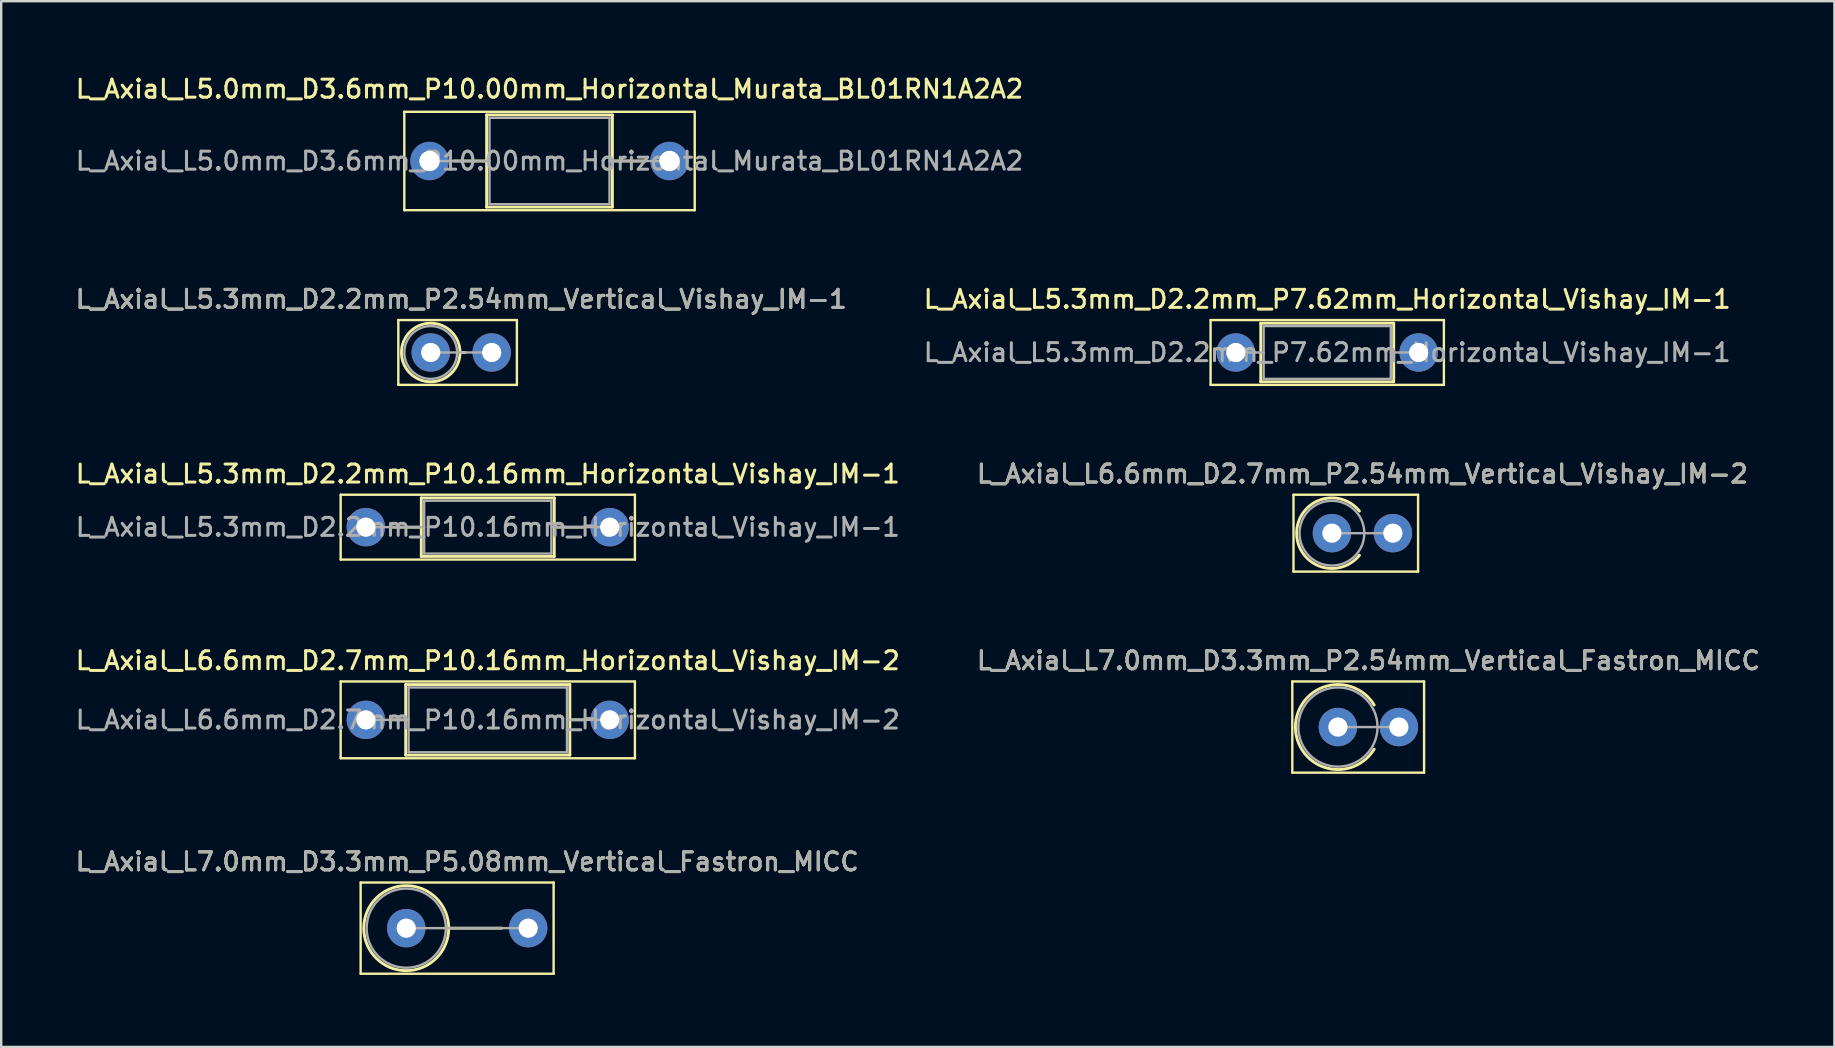
<source format=kicad_pcb>
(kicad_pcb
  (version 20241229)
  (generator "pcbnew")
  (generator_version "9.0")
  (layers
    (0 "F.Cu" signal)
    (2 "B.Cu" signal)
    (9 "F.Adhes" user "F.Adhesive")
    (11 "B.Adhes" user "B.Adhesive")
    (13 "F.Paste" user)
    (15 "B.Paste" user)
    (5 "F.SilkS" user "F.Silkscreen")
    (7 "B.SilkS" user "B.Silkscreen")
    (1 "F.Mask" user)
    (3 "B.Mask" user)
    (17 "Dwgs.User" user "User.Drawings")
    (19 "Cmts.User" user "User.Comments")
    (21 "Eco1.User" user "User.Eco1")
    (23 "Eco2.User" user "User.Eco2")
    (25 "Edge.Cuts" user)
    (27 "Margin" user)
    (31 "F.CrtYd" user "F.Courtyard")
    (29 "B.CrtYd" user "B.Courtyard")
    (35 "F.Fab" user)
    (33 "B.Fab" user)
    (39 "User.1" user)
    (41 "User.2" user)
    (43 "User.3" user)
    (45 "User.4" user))
  (footprint "L_Axial_L7.0mm_D3.3mm_P5.08mm_Vertical_Fastron_MICC"
    (layer "F.Cu")
    (at 13.876 35.621)
    (property "Reference" "L_Axial_L7.0mm_D3.3mm_P5.08mm_Vertical_Fastron_MICC" (at 2.54 -2.77 0) (layer "F.SilkS") (effects (font (size 0.75 0.75) (thickness 0.125))))
    (attr through_hole)
    (fp_line (start -1.9 -1.9) (end -1.9 1.9) (stroke (width 0.1) (type solid)) (layer "F.SilkS"))
    (fp_line (start -1.9 1.9) (end 6.14 1.9) (stroke (width 0.1) (type solid)) (layer "F.SilkS"))
    (fp_line (start 1.77 0) (end 3.98 0) (stroke (width 0.12) (type solid)) (layer "F.SilkS"))
    (fp_line (start 6.14 -1.9) (end -1.9 -1.9) (stroke (width 0.1) (type solid)) (layer "F.SilkS"))
    (fp_line (start 6.14 1.9) (end 6.14 -1.9) (stroke (width 0.1) (type solid)) (layer "F.SilkS"))
    (fp_circle (center 0 0) (end 1.77 0) (stroke (width 0.12) (type solid)) (fill no) (layer "F.SilkS"))
    (fp_line (start 0 0) (end 5.08 0) (stroke (width 0.1) (type solid)) (layer "F.Fab"))
    (fp_circle (center 0 0) (end 1.65 0) (stroke (width 0.1) (type solid)) (fill no) (layer "F.Fab"))
    (fp_text user "${REFERENCE}" (at 2.54 -2.77 0) (layer "F.Fab") (effects (font (size 0.75 0.75) (thickness 0.125))))
    (pad "1" thru_hole circle (at 0 0) (size 1.6 1.6) (drill 0.8) (layers "*.Cu" "*.Mask"))
    (pad "2" thru_hole oval (at 5.08 0) (size 1.6 1.6) (drill 0.8) (layers "*.Cu" "*.Mask")))
  (footprint "L_Axial_L5.3mm_D2.2mm_P10.16mm_Horizontal_Vishay_IM-1"
    (layer "F.Cu")
    (at 12.193 18.914)
    (property "Reference" "L_Axial_L5.3mm_D2.2mm_P10.16mm_Horizontal_Vishay_IM-1" (at 5.08 -2.22 0) (layer "F.SilkS") (effects (font (size 0.75 0.75) (thickness 0.125))))
    (attr through_hole)
    (fp_line (start -1.05 -1.35) (end -1.05 1.35) (stroke (width 0.1) (type solid)) (layer "F.SilkS"))
    (fp_line (start -1.05 1.35) (end 11.21 1.35) (stroke (width 0.1) (type solid)) (layer "F.SilkS"))
    (fp_line (start 1.04 0) (end 2.31 0) (stroke (width 0.12) (type solid)) (layer "F.SilkS"))
    (fp_line (start 2.31 -1.22) (end 2.31 1.22) (stroke (width 0.12) (type solid)) (layer "F.SilkS"))
    (fp_line (start 2.31 1.22) (end 7.85 1.22) (stroke (width 0.12) (type solid)) (layer "F.SilkS"))
    (fp_line (start 7.85 -1.22) (end 2.31 -1.22) (stroke (width 0.12) (type solid)) (layer "F.SilkS"))
    (fp_line (start 7.85 1.22) (end 7.85 -1.22) (stroke (width 0.12) (type solid)) (layer "F.SilkS"))
    (fp_line (start 9.12 0) (end 7.85 0) (stroke (width 0.12) (type solid)) (layer "F.SilkS"))
    (fp_line (start 11.21 -1.35) (end -1.05 -1.35) (stroke (width 0.1) (type solid)) (layer "F.SilkS"))
    (fp_line (start 11.21 1.35) (end 11.21 -1.35) (stroke (width 0.1) (type solid)) (layer "F.SilkS"))
    (fp_line (start 0 0) (end 2.43 0) (stroke (width 0.1) (type solid)) (layer "F.Fab"))
    (fp_line (start 2.43 -1.1) (end 2.43 1.1) (stroke (width 0.1) (type solid)) (layer "F.Fab"))
    (fp_line (start 2.43 1.1) (end 7.73 1.1) (stroke (width 0.1) (type solid)) (layer "F.Fab"))
    (fp_line (start 7.73 -1.1) (end 2.43 -1.1) (stroke (width 0.1) (type solid)) (layer "F.Fab"))
    (fp_line (start 7.73 1.1) (end 7.73 -1.1) (stroke (width 0.1) (type solid)) (layer "F.Fab"))
    (fp_line (start 10.16 0) (end 7.73 0) (stroke (width 0.1) (type solid)) (layer "F.Fab"))
    (fp_text user "${REFERENCE}" (at 5.08 0 0) (layer "F.Fab") (effects (font (size 0.75 0.75) (thickness 0.125))))
    (pad "1" thru_hole circle (at 0 0) (size 1.6 1.6) (drill 0.8) (layers "*.Cu" "*.Mask"))
    (pad "2" thru_hole oval (at 10.16 0) (size 1.6 1.6) (drill 0.8) (layers "*.Cu" "*.Mask")))
  (footprint "L_Axial_L6.6mm_D2.7mm_P10.16mm_Horizontal_Vishay_IM-2"
    (layer "F.Cu")
    (at 12.193 26.942)
    (property "Reference" "L_Axial_L6.6mm_D2.7mm_P10.16mm_Horizontal_Vishay_IM-2" (at 5.08 -2.47 0) (layer "F.SilkS") (effects (font (size 0.75 0.75) (thickness 0.125))))
    (attr through_hole)
    (fp_line (start -1.05 -1.6) (end -1.05 1.6) (stroke (width 0.1) (type solid)) (layer "F.SilkS"))
    (fp_line (start -1.05 1.6) (end 11.21 1.6) (stroke (width 0.1) (type solid)) (layer "F.SilkS"))
    (fp_line (start 1.04 0) (end 1.66 0) (stroke (width 0.12) (type solid)) (layer "F.SilkS"))
    (fp_line (start 1.66 -1.47) (end 1.66 1.47) (stroke (width 0.12) (type solid)) (layer "F.SilkS"))
    (fp_line (start 1.66 1.47) (end 8.5 1.47) (stroke (width 0.12) (type solid)) (layer "F.SilkS"))
    (fp_line (start 8.5 -1.47) (end 1.66 -1.47) (stroke (width 0.12) (type solid)) (layer "F.SilkS"))
    (fp_line (start 8.5 1.47) (end 8.5 -1.47) (stroke (width 0.12) (type solid)) (layer "F.SilkS"))
    (fp_line (start 9.12 0) (end 8.5 0) (stroke (width 0.12) (type solid)) (layer "F.SilkS"))
    (fp_line (start 11.21 -1.6) (end -1.05 -1.6) (stroke (width 0.1) (type solid)) (layer "F.SilkS"))
    (fp_line (start 11.21 1.6) (end 11.21 -1.6) (stroke (width 0.1) (type solid)) (layer "F.SilkS"))
    (fp_line (start 0 0) (end 1.78 0) (stroke (width 0.1) (type solid)) (layer "F.Fab"))
    (fp_line (start 1.78 -1.35) (end 1.78 1.35) (stroke (width 0.1) (type solid)) (layer "F.Fab"))
    (fp_line (start 1.78 1.35) (end 8.38 1.35) (stroke (width 0.1) (type solid)) (layer "F.Fab"))
    (fp_line (start 8.38 -1.35) (end 1.78 -1.35) (stroke (width 0.1) (type solid)) (layer "F.Fab"))
    (fp_line (start 8.38 1.35) (end 8.38 -1.35) (stroke (width 0.1) (type solid)) (layer "F.Fab"))
    (fp_line (start 10.16 0) (end 8.38 0) (stroke (width 0.1) (type solid)) (layer "F.Fab"))
    (fp_text user "${REFERENCE}" (at 5.08 0 0) (layer "F.Fab") (effects (font (size 0.75 0.75) (thickness 0.125))))
    (pad "1" thru_hole circle (at 0 0) (size 1.6 1.6) (drill 0.8) (layers "*.Cu" "*.Mask"))
    (pad "2" thru_hole oval (at 10.16 0) (size 1.6 1.6) (drill 0.8) (layers "*.Cu" "*.Mask")))
  (footprint "L_Axial_L6.6mm_D2.7mm_P2.54mm_Vertical_Vishay_IM-2"
    (layer "F.Cu")
    (at 52.443 19.164)
    (property "Reference" "L_Axial_L6.6mm_D2.7mm_P2.54mm_Vertical_Vishay_IM-2" (at 1.27 -2.47 0) (layer "F.SilkS") (effects (font (size 0.75 0.75) (thickness 0.125))))
    (attr through_hole)
    (fp_line (start -1.6 -1.6) (end -1.6 1.6) (stroke (width 0.1) (type solid)) (layer "F.SilkS"))
    (fp_line (start -1.6 1.6) (end 3.59 1.6) (stroke (width 0.1) (type solid)) (layer "F.SilkS"))
    (fp_line (start 3.59 -1.6) (end -1.6 -1.6) (stroke (width 0.1) (type solid)) (layer "F.SilkS"))
    (fp_line (start 3.59 1.6) (end 3.59 -1.6) (stroke (width 0.1) (type solid)) (layer "F.SilkS"))
    (fp_arc (start 1.146516 0.92) (mid -1.47 0) (end 1.146516 -0.92) (stroke (width 0.12) (type solid)) (layer "F.SilkS"))
    (fp_line (start 0 0) (end 2.54 0) (stroke (width 0.1) (type solid)) (layer "F.Fab"))
    (fp_circle (center 0 0) (end 1.35 0) (stroke (width 0.1) (type solid)) (fill no) (layer "F.Fab"))
    (fp_text user "${REFERENCE}" (at 1.27 -2.47 0) (layer "F.Fab") (effects (font (size 0.75 0.75) (thickness 0.125))))
    (pad "1" thru_hole circle (at 0 0) (size 1.6 1.6) (drill 0.8) (layers "*.Cu" "*.Mask"))
    (pad "2" thru_hole oval (at 2.54 0) (size 1.6 1.6) (drill 0.8) (layers "*.Cu" "*.Mask")))
  (footprint "L_Axial_L5.0mm_D3.6mm_P10.00mm_Horizontal_Murata_BL01RN1A2A2"
    (layer "F.Cu")
    (at 14.845 3.658)
    (property "Reference" "L_Axial_L5.0mm_D3.6mm_P10.00mm_Horizontal_Murata_BL01RN1A2A2" (at 5 -3 0) (layer "F.SilkS") (effects (font (size 0.75 0.75) (thickness 0.125))))
    (attr through_hole)
    (fp_line (start -1.05 -2.05) (end -1.05 2.05) (stroke (width 0.1) (type solid)) (layer "F.SilkS"))
    (fp_line (start -1.05 2.05) (end 11.05 2.05) (stroke (width 0.1) (type solid)) (layer "F.SilkS"))
    (fp_line (start 1 0) (end 2.38 0) (stroke (width 0.12) (type solid)) (layer "F.SilkS"))
    (fp_line (start 2.38 -1.92) (end 2.38 1.92) (stroke (width 0.12) (type solid)) (layer "F.SilkS"))
    (fp_line (start 2.38 1.92) (end 7.62 1.92) (stroke (width 0.12) (type solid)) (layer "F.SilkS"))
    (fp_line (start 7.62 -1.92) (end 2.38 -1.92) (stroke (width 0.12) (type solid)) (layer "F.SilkS"))
    (fp_line (start 7.62 1.92) (end 7.62 -1.92) (stroke (width 0.12) (type solid)) (layer "F.SilkS"))
    (fp_line (start 9 0) (end 7.62 0) (stroke (width 0.12) (type solid)) (layer "F.SilkS"))
    (fp_line (start 11.05 -2.05) (end -1.05 -2.05) (stroke (width 0.1) (type solid)) (layer "F.SilkS"))
    (fp_line (start 11.05 2.05) (end 11.05 -2.05) (stroke (width 0.1) (type solid)) (layer "F.SilkS"))
    (fp_line (start 0 0) (end 2.5 0) (stroke (width 0.1) (type solid)) (layer "F.Fab"))
    (fp_line (start 2.5 -1.8) (end 2.5 1.8) (stroke (width 0.1) (type solid)) (layer "F.Fab"))
    (fp_line (start 2.5 1.8) (end 7.5 1.8) (stroke (width 0.1) (type solid)) (layer "F.Fab"))
    (fp_line (start 7.5 -1.8) (end 2.5 -1.8) (stroke (width 0.1) (type solid)) (layer "F.Fab"))
    (fp_line (start 7.5 1.8) (end 7.5 -1.8) (stroke (width 0.1) (type solid)) (layer "F.Fab"))
    (fp_line (start 10 0) (end 7.5 0) (stroke (width 0.1) (type solid)) (layer "F.Fab"))
    (fp_text user "${REFERENCE}" (at 5 0 0) (layer "F.Fab") (effects (font (size 0.75 0.75) (thickness 0.125))))
    (pad "1" thru_hole circle (at 0 0) (size 1.6 1.6) (drill 0.85) (layers "*.Cu" "*.Mask"))
    (pad "2" thru_hole oval (at 10 0) (size 1.6 1.6) (drill 0.85) (layers "*.Cu" "*.Mask")))
  (footprint "L_Axial_L7.0mm_D3.3mm_P2.54mm_Vertical_Fastron_MICC"
    (layer "F.Cu")
    (at 52.693 27.242)
    (property "Reference" "L_Axial_L7.0mm_D3.3mm_P2.54mm_Vertical_Fastron_MICC" (at 1.27 -2.77 0) (layer "F.SilkS") (effects (font (size 0.75 0.75) (thickness 0.125))))
    (attr through_hole)
    (fp_line (start -1.9 -1.9) (end -1.9 1.9) (stroke (width 0.1) (type solid)) (layer "F.SilkS"))
    (fp_line (start -1.9 1.9) (end 3.59 1.9) (stroke (width 0.1) (type solid)) (layer "F.SilkS"))
    (fp_line (start 3.59 -1.9) (end -1.9 -1.9) (stroke (width 0.1) (type solid)) (layer "F.SilkS"))
    (fp_line (start 3.59 1.9) (end 3.59 -1.9) (stroke (width 0.1) (type solid)) (layer "F.SilkS"))
    (fp_arc (start 1.512118 0.92) (mid -1.77 0) (end 1.512118 -0.92) (stroke (width 0.12) (type solid)) (layer "F.SilkS"))
    (fp_line (start 0 0) (end 2.54 0) (stroke (width 0.1) (type solid)) (layer "F.Fab"))
    (fp_circle (center 0 0) (end 1.65 0) (stroke (width 0.1) (type solid)) (fill no) (layer "F.Fab"))
    (fp_text user "${REFERENCE}" (at 1.27 -2.77 0) (layer "F.Fab") (effects (font (size 0.75 0.75) (thickness 0.125))))
    (pad "1" thru_hole circle (at 0 0) (size 1.6 1.6) (drill 0.8) (layers "*.Cu" "*.Mask"))
    (pad "2" thru_hole oval (at 2.54 0) (size 1.6 1.6) (drill 0.8) (layers "*.Cu" "*.Mask")))
  (footprint "L_Axial_L5.3mm_D2.2mm_P7.62mm_Horizontal_Vishay_IM-1"
    (layer "F.Cu")
    (at 48.438 11.636)
    (property "Reference" "L_Axial_L5.3mm_D2.2mm_P7.62mm_Horizontal_Vishay_IM-1" (at 3.81 -2.22 0) (layer "F.SilkS") (effects (font (size 0.75 0.75) (thickness 0.125))))
    (attr through_hole)
    (fp_line (start -1.05 -1.35) (end -1.05 1.35) (stroke (width 0.1) (type solid)) (layer "F.SilkS"))
    (fp_line (start -1.05 1.35) (end 8.67 1.35) (stroke (width 0.1) (type solid)) (layer "F.SilkS"))
    (fp_line (start 1.04 -1.22) (end 1.04 1.22) (stroke (width 0.12) (type solid)) (layer "F.SilkS"))
    (fp_line (start 1.04 1.22) (end 6.58 1.22) (stroke (width 0.12) (type solid)) (layer "F.SilkS"))
    (fp_line (start 6.58 -1.22) (end 1.04 -1.22) (stroke (width 0.12) (type solid)) (layer "F.SilkS"))
    (fp_line (start 6.58 1.22) (end 6.58 -1.22) (stroke (width 0.12) (type solid)) (layer "F.SilkS"))
    (fp_line (start 8.67 -1.35) (end -1.05 -1.35) (stroke (width 0.1) (type solid)) (layer "F.SilkS"))
    (fp_line (start 8.67 1.35) (end 8.67 -1.35) (stroke (width 0.1) (type solid)) (layer "F.SilkS"))
    (fp_line (start 0 0) (end 1.16 0) (stroke (width 0.1) (type solid)) (layer "F.Fab"))
    (fp_line (start 1.16 -1.1) (end 1.16 1.1) (stroke (width 0.1) (type solid)) (layer "F.Fab"))
    (fp_line (start 1.16 1.1) (end 6.46 1.1) (stroke (width 0.1) (type solid)) (layer "F.Fab"))
    (fp_line (start 6.46 -1.1) (end 1.16 -1.1) (stroke (width 0.1) (type solid)) (layer "F.Fab"))
    (fp_line (start 6.46 1.1) (end 6.46 -1.1) (stroke (width 0.1) (type solid)) (layer "F.Fab"))
    (fp_line (start 7.62 0) (end 6.46 0) (stroke (width 0.1) (type solid)) (layer "F.Fab"))
    (fp_text user "${REFERENCE}" (at 3.81 0 0) (layer "F.Fab") (effects (font (size 0.75 0.75) (thickness 0.125))))
    (pad "1" thru_hole circle (at 0 0) (size 1.6 1.6) (drill 0.8) (layers "*.Cu" "*.Mask"))
    (pad "2" thru_hole oval (at 7.62 0) (size 1.6 1.6) (drill 0.8) (layers "*.Cu" "*.Mask")))
  (footprint "L_Axial_L5.3mm_D2.2mm_P2.54mm_Vertical_Vishay_IM-1"
    (layer "F.Cu")
    (at 14.896 11.636)
    (property "Reference" "L_Axial_L5.3mm_D2.2mm_P2.54mm_Vertical_Vishay_IM-1" (at 1.27 -2.22 0) (layer "F.SilkS") (effects (font (size 0.75 0.75) (thickness 0.125))))
    (attr through_hole)
    (fp_line (start -1.35 -1.35) (end -1.35 1.35) (stroke (width 0.1) (type solid)) (layer "F.SilkS"))
    (fp_line (start -1.35 1.35) (end 3.59 1.35) (stroke (width 0.1) (type solid)) (layer "F.SilkS"))
    (fp_line (start 1.22 0) (end 1.44 0) (stroke (width 0.12) (type solid)) (layer "F.SilkS"))
    (fp_line (start 3.59 -1.35) (end -1.35 -1.35) (stroke (width 0.1) (type solid)) (layer "F.SilkS"))
    (fp_line (start 3.59 1.35) (end 3.59 -1.35) (stroke (width 0.1) (type solid)) (layer "F.SilkS"))
    (fp_circle (center 0 0) (end 1.22 0) (stroke (width 0.12) (type solid)) (fill no) (layer "F.SilkS"))
    (fp_line (start 0 0) (end 2.54 0) (stroke (width 0.1) (type solid)) (layer "F.Fab"))
    (fp_circle (center 0 0) (end 1.1 0) (stroke (width 0.1) (type solid)) (fill no) (layer "F.Fab"))
    (fp_text user "${REFERENCE}" (at 1.27 -2.22 0) (layer "F.Fab") (effects (font (size 0.75 0.75) (thickness 0.125))))
    (pad "1" thru_hole circle (at 0 0) (size 1.6 1.6) (drill 0.8) (layers "*.Cu" "*.Mask"))
    (pad "2" thru_hole oval (at 2.54 0) (size 1.6 1.6) (drill 0.8) (layers "*.Cu" "*.Mask")))
  (gr_rect
    (start -3 -3)
    (end 73.379 40.571)
    (stroke (width 0.1) (type default))
    (fill no)
    (layer "Edge.Cuts")))
</source>
